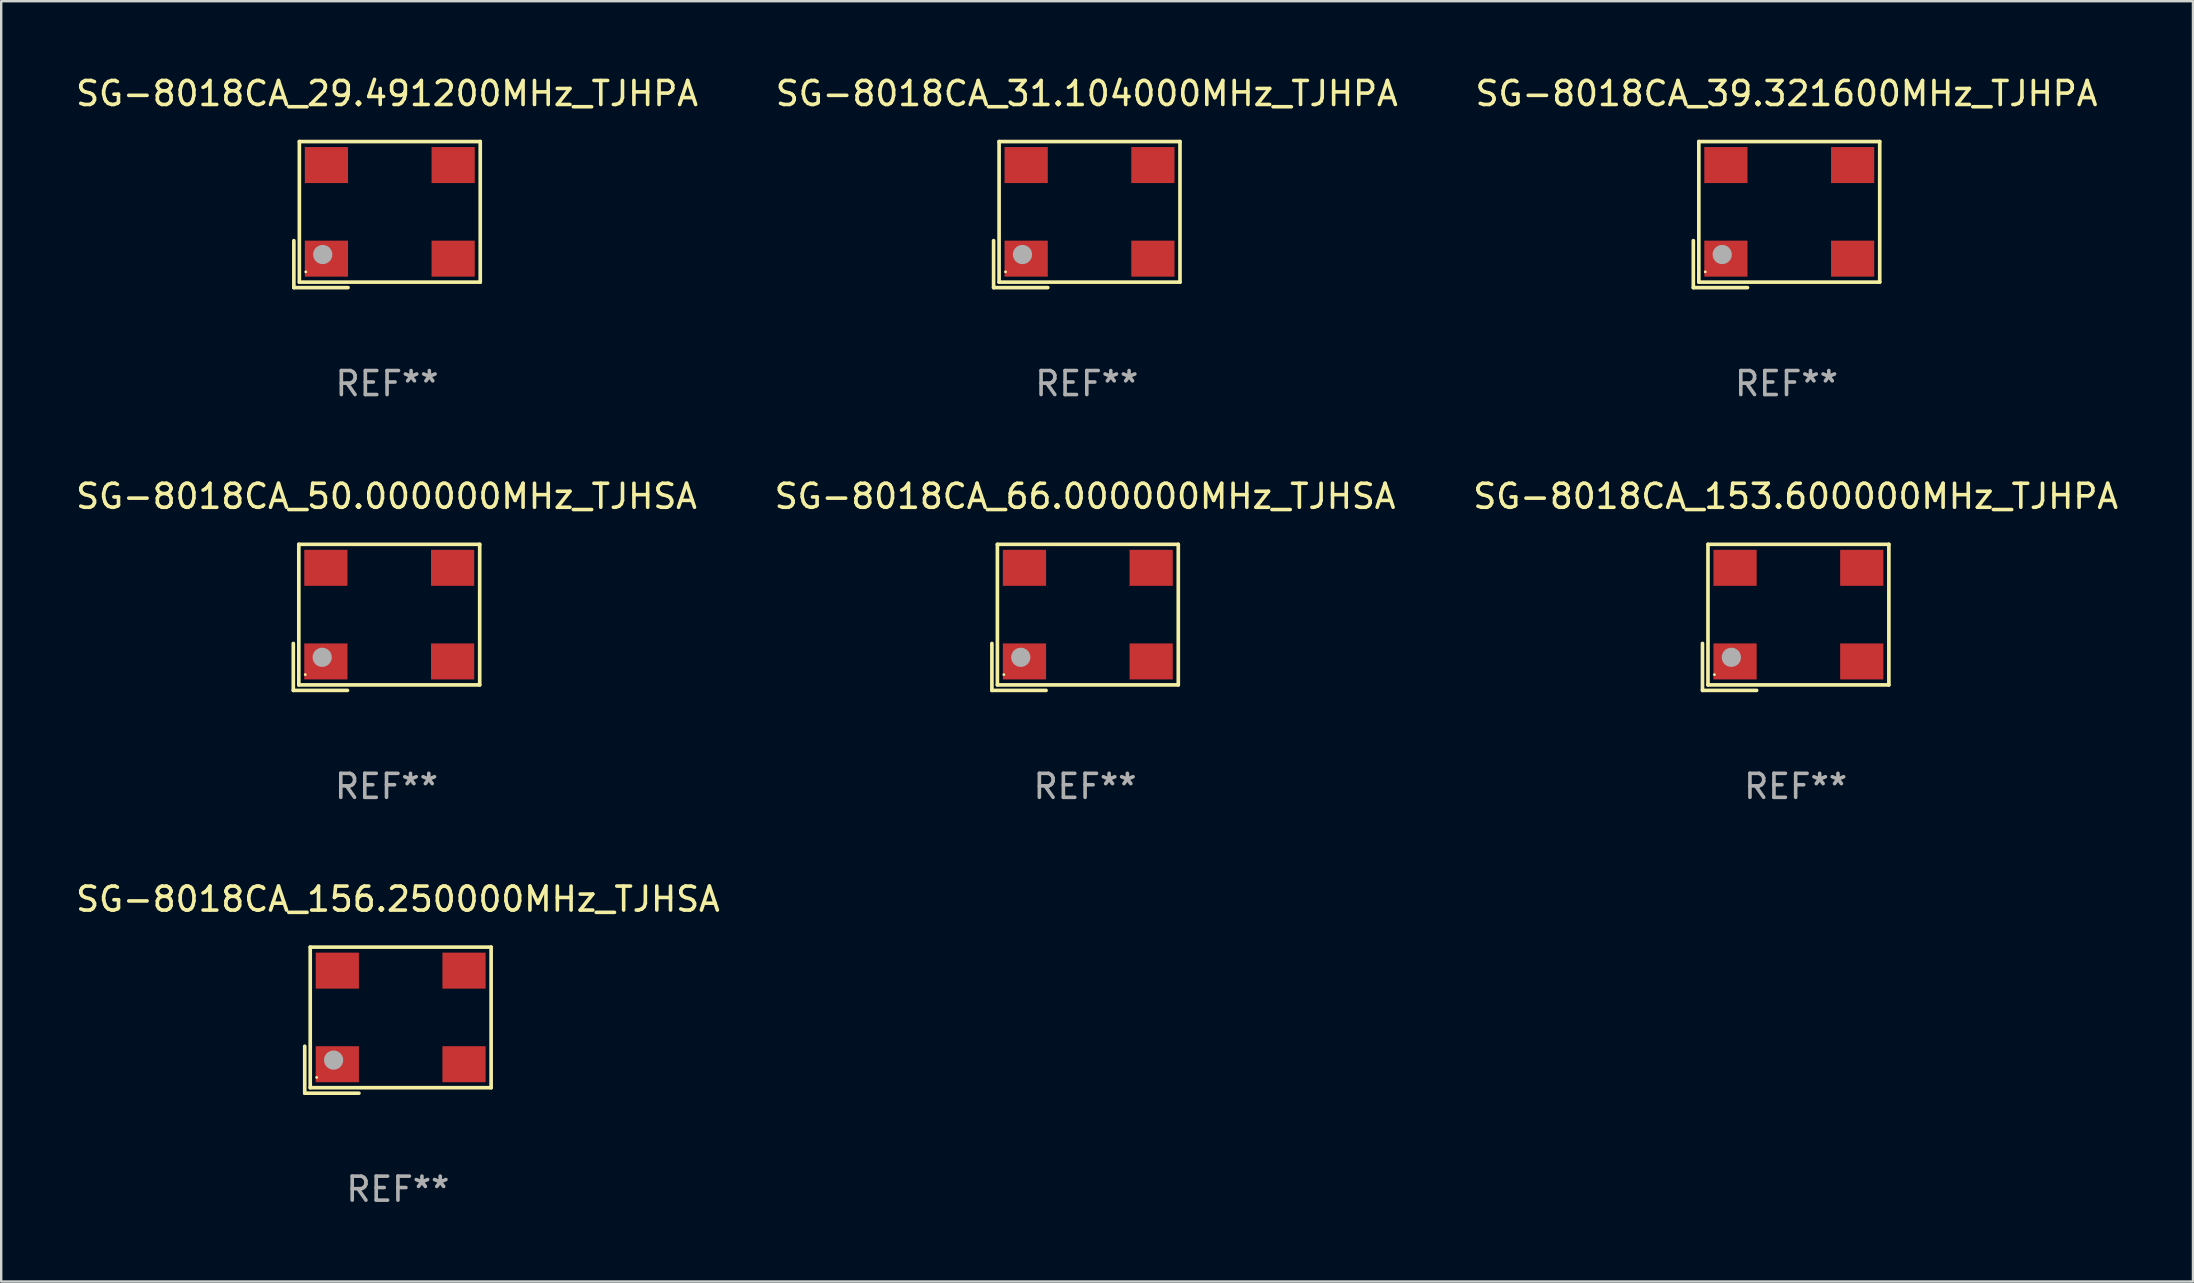
<source format=kicad_pcb>
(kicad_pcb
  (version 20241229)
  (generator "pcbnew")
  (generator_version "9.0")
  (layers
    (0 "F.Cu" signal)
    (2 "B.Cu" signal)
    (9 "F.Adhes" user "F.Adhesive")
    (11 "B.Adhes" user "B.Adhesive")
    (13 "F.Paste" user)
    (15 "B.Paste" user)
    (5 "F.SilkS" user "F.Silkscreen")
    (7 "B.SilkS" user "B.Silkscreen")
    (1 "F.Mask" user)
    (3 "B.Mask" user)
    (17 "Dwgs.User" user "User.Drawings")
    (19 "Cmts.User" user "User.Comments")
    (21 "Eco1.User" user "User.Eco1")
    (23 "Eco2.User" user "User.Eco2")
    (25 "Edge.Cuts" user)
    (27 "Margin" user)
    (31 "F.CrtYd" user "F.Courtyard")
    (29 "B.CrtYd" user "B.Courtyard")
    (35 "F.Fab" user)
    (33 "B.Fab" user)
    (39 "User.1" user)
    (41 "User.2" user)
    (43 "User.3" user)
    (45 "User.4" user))
  (footprint "SG-8018CA_50.000000MHz_TJHSA"
    (layer "F.Cu")
    (at 13.054 22.673)
    (property "Reference" "SG-8018CA_50.000000MHz_TJHSA" (at 0 -5.043 0) (layer "F.SilkS") (effects (font (size 1 1) (thickness 0.15))))
    (attr through_hole)
    (fp_line (start -3.883 1.086) (end -3.883 3.043) (stroke (width 0.152) (type solid)) (layer "F.SilkS"))
    (fp_line (start -3.883 3.043) (end -1.626 3.043) (stroke (width 0.152) (type solid)) (layer "F.SilkS"))
    (fp_line (start -3.654 -3.043) (end 3.883 -3.043) (stroke (width 0.152) (type solid)) (layer "F.SilkS"))
    (fp_line (start -3.654 2.814) (end -3.654 -3.043) (stroke (width 0.152) (type solid)) (layer "F.SilkS"))
    (fp_line (start 3.883 -3.043) (end 3.883 2.814) (stroke (width 0.152) (type solid)) (layer "F.SilkS"))
    (fp_line (start 3.883 2.814) (end -3.654 2.814) (stroke (width 0.152) (type solid)) (layer "F.SilkS"))
    (fp_circle (center -3.386 2.386) (end -3.356 2.386) (stroke (width 0.06) (type solid)) (fill no) (layer "F.SilkS"))
    (fp_circle (center -2.68 1.664) (end -2.48 1.664) (stroke (width 0.4) (type solid)) (fill no) (layer "F.Fab"))
    (fp_text user "REF**" (at 0 7.043 0) (layer "F.Fab") (effects (font (size 1 1) (thickness 0.15))))
    (pad "1" smd rect (at -2.526 1.836) (size 1.8 1.5) (layers "F.Cu" "F.Mask" "F.Paste"))
    (pad "2" smd rect (at 2.754 1.836) (size 1.8 1.5) (layers "F.Cu" "F.Mask" "F.Paste"))
    (pad "3" smd rect (at 2.754 -2.064) (size 1.8 1.5) (layers "F.Cu" "F.Mask" "F.Paste"))
    (pad "4" smd rect (at -2.526 -2.064) (size 1.8 1.5) (layers "F.Cu" "F.Mask" "F.Paste")))
  (footprint "SG-8018CA_153.600000MHz_TJHPA"
    (layer "F.Cu")
    (at 71.768 22.673)
    (property "Reference" "SG-8018CA_153.600000MHz_TJHPA" (at 0 -5.043 0) (layer "F.SilkS") (effects (font (size 1 1) (thickness 0.15))))
    (attr through_hole)
    (fp_line (start -3.883 1.086) (end -3.883 3.043) (stroke (width 0.152) (type solid)) (layer "F.SilkS"))
    (fp_line (start -3.883 3.043) (end -1.626 3.043) (stroke (width 0.152) (type solid)) (layer "F.SilkS"))
    (fp_line (start -3.654 -3.043) (end 3.883 -3.043) (stroke (width 0.152) (type solid)) (layer "F.SilkS"))
    (fp_line (start -3.654 2.814) (end -3.654 -3.043) (stroke (width 0.152) (type solid)) (layer "F.SilkS"))
    (fp_line (start 3.883 -3.043) (end 3.883 2.814) (stroke (width 0.152) (type solid)) (layer "F.SilkS"))
    (fp_line (start 3.883 2.814) (end -3.654 2.814) (stroke (width 0.152) (type solid)) (layer "F.SilkS"))
    (fp_circle (center -3.386 2.386) (end -3.356 2.386) (stroke (width 0.06) (type solid)) (fill no) (layer "F.SilkS"))
    (fp_circle (center -2.68 1.664) (end -2.48 1.664) (stroke (width 0.4) (type solid)) (fill no) (layer "F.Fab"))
    (fp_text user "REF**" (at 0 7.043 0) (layer "F.Fab") (effects (font (size 1 1) (thickness 0.15))))
    (pad "1" smd rect (at -2.526 1.836) (size 1.8 1.5) (layers "F.Cu" "F.Mask" "F.Paste"))
    (pad "2" smd rect (at 2.754 1.836) (size 1.8 1.5) (layers "F.Cu" "F.Mask" "F.Paste"))
    (pad "3" smd rect (at 2.754 -2.064) (size 1.8 1.5) (layers "F.Cu" "F.Mask" "F.Paste"))
    (pad "4" smd rect (at -2.526 -2.064) (size 1.8 1.5) (layers "F.Cu" "F.Mask" "F.Paste")))
  (footprint "SG-8018CA_66.000000MHz_TJHSA"
    (layer "F.Cu")
    (at 42.161 22.673)
    (property "Reference" "SG-8018CA_66.000000MHz_TJHSA" (at 0 -5.043 0) (layer "F.SilkS") (effects (font (size 1 1) (thickness 0.15))))
    (attr through_hole)
    (fp_line (start -3.883 1.086) (end -3.883 3.043) (stroke (width 0.152) (type solid)) (layer "F.SilkS"))
    (fp_line (start -3.883 3.043) (end -1.626 3.043) (stroke (width 0.152) (type solid)) (layer "F.SilkS"))
    (fp_line (start -3.654 -3.043) (end 3.883 -3.043) (stroke (width 0.152) (type solid)) (layer "F.SilkS"))
    (fp_line (start -3.654 2.814) (end -3.654 -3.043) (stroke (width 0.152) (type solid)) (layer "F.SilkS"))
    (fp_line (start 3.883 -3.043) (end 3.883 2.814) (stroke (width 0.152) (type solid)) (layer "F.SilkS"))
    (fp_line (start 3.883 2.814) (end -3.654 2.814) (stroke (width 0.152) (type solid)) (layer "F.SilkS"))
    (fp_circle (center -3.386 2.386) (end -3.356 2.386) (stroke (width 0.06) (type solid)) (fill no) (layer "F.SilkS"))
    (fp_circle (center -2.68 1.664) (end -2.48 1.664) (stroke (width 0.4) (type solid)) (fill no) (layer "F.Fab"))
    (fp_text user "REF**" (at 0 7.043 0) (layer "F.Fab") (effects (font (size 1 1) (thickness 0.15))))
    (pad "1" smd rect (at -2.526 1.836) (size 1.8 1.5) (layers "F.Cu" "F.Mask" "F.Paste"))
    (pad "2" smd rect (at 2.754 1.836) (size 1.8 1.5) (layers "F.Cu" "F.Mask" "F.Paste"))
    (pad "3" smd rect (at 2.754 -2.064) (size 1.8 1.5) (layers "F.Cu" "F.Mask" "F.Paste"))
    (pad "4" smd rect (at -2.526 -2.064) (size 1.8 1.5) (layers "F.Cu" "F.Mask" "F.Paste")))
  (footprint "SG-8018CA_156.250000MHz_TJHSA"
    (layer "F.Cu")
    (at 13.53 39.456)
    (property "Reference" "SG-8018CA_156.250000MHz_TJHSA" (at 0 -5.043 0) (layer "F.SilkS") (effects (font (size 1 1) (thickness 0.15))))
    (attr through_hole)
    (fp_line (start -3.883 1.086) (end -3.883 3.043) (stroke (width 0.152) (type solid)) (layer "F.SilkS"))
    (fp_line (start -3.883 3.043) (end -1.626 3.043) (stroke (width 0.152) (type solid)) (layer "F.SilkS"))
    (fp_line (start -3.654 -3.043) (end 3.883 -3.043) (stroke (width 0.152) (type solid)) (layer "F.SilkS"))
    (fp_line (start -3.654 2.814) (end -3.654 -3.043) (stroke (width 0.152) (type solid)) (layer "F.SilkS"))
    (fp_line (start 3.883 -3.043) (end 3.883 2.814) (stroke (width 0.152) (type solid)) (layer "F.SilkS"))
    (fp_line (start 3.883 2.814) (end -3.654 2.814) (stroke (width 0.152) (type solid)) (layer "F.SilkS"))
    (fp_circle (center -3.386 2.386) (end -3.356 2.386) (stroke (width 0.06) (type solid)) (fill no) (layer "F.SilkS"))
    (fp_circle (center -2.68 1.664) (end -2.48 1.664) (stroke (width 0.4) (type solid)) (fill no) (layer "F.Fab"))
    (fp_text user "REF**" (at 0 7.043 0) (layer "F.Fab") (effects (font (size 1 1) (thickness 0.15))))
    (pad "1" smd rect (at -2.526 1.836) (size 1.8 1.5) (layers "F.Cu" "F.Mask" "F.Paste"))
    (pad "2" smd rect (at 2.754 1.836) (size 1.8 1.5) (layers "F.Cu" "F.Mask" "F.Paste"))
    (pad "3" smd rect (at 2.754 -2.064) (size 1.8 1.5) (layers "F.Cu" "F.Mask" "F.Paste"))
    (pad "4" smd rect (at -2.526 -2.064) (size 1.8 1.5) (layers "F.Cu" "F.Mask" "F.Paste")))
  (footprint "SG-8018CA_39.321600MHz_TJHPA"
    (layer "F.Cu")
    (at 71.387 5.891)
    (property "Reference" "SG-8018CA_39.321600MHz_TJHPA" (at 0 -5.043 0) (layer "F.SilkS") (effects (font (size 1 1) (thickness 0.15))))
    (attr through_hole)
    (fp_line (start -3.883 1.086) (end -3.883 3.043) (stroke (width 0.152) (type solid)) (layer "F.SilkS"))
    (fp_line (start -3.883 3.043) (end -1.626 3.043) (stroke (width 0.152) (type solid)) (layer "F.SilkS"))
    (fp_line (start -3.654 -3.043) (end 3.883 -3.043) (stroke (width 0.152) (type solid)) (layer "F.SilkS"))
    (fp_line (start -3.654 2.814) (end -3.654 -3.043) (stroke (width 0.152) (type solid)) (layer "F.SilkS"))
    (fp_line (start 3.883 -3.043) (end 3.883 2.814) (stroke (width 0.152) (type solid)) (layer "F.SilkS"))
    (fp_line (start 3.883 2.814) (end -3.654 2.814) (stroke (width 0.152) (type solid)) (layer "F.SilkS"))
    (fp_circle (center -3.386 2.386) (end -3.356 2.386) (stroke (width 0.06) (type solid)) (fill no) (layer "F.SilkS"))
    (fp_circle (center -2.68 1.664) (end -2.48 1.664) (stroke (width 0.4) (type solid)) (fill no) (layer "F.Fab"))
    (fp_text user "REF**" (at 0 7.043 0) (layer "F.Fab") (effects (font (size 1 1) (thickness 0.15))))
    (pad "1" smd rect (at -2.526 1.836) (size 1.8 1.5) (layers "F.Cu" "F.Mask" "F.Paste"))
    (pad "2" smd rect (at 2.754 1.836) (size 1.8 1.5) (layers "F.Cu" "F.Mask" "F.Paste"))
    (pad "3" smd rect (at 2.754 -2.064) (size 1.8 1.5) (layers "F.Cu" "F.Mask" "F.Paste"))
    (pad "4" smd rect (at -2.526 -2.064) (size 1.8 1.5) (layers "F.Cu" "F.Mask" "F.Paste")))
  (footprint "SG-8018CA_29.491200MHz_TJHPA"
    (layer "F.Cu")
    (at 13.077 5.891)
    (property "Reference" "SG-8018CA_29.491200MHz_TJHPA" (at 0 -5.043 0) (layer "F.SilkS") (effects (font (size 1 1) (thickness 0.15))))
    (attr through_hole)
    (fp_line (start -3.883 1.086) (end -3.883 3.043) (stroke (width 0.152) (type solid)) (layer "F.SilkS"))
    (fp_line (start -3.883 3.043) (end -1.626 3.043) (stroke (width 0.152) (type solid)) (layer "F.SilkS"))
    (fp_line (start -3.654 -3.043) (end 3.883 -3.043) (stroke (width 0.152) (type solid)) (layer "F.SilkS"))
    (fp_line (start -3.654 2.814) (end -3.654 -3.043) (stroke (width 0.152) (type solid)) (layer "F.SilkS"))
    (fp_line (start 3.883 -3.043) (end 3.883 2.814) (stroke (width 0.152) (type solid)) (layer "F.SilkS"))
    (fp_line (start 3.883 2.814) (end -3.654 2.814) (stroke (width 0.152) (type solid)) (layer "F.SilkS"))
    (fp_circle (center -3.386 2.386) (end -3.356 2.386) (stroke (width 0.06) (type solid)) (fill no) (layer "F.SilkS"))
    (fp_circle (center -2.68 1.664) (end -2.48 1.664) (stroke (width 0.4) (type solid)) (fill no) (layer "F.Fab"))
    (fp_text user "REF**" (at 0 7.043 0) (layer "F.Fab") (effects (font (size 1 1) (thickness 0.15))))
    (pad "1" smd rect (at -2.526 1.836) (size 1.8 1.5) (layers "F.Cu" "F.Mask" "F.Paste"))
    (pad "2" smd rect (at 2.754 1.836) (size 1.8 1.5) (layers "F.Cu" "F.Mask" "F.Paste"))
    (pad "3" smd rect (at 2.754 -2.064) (size 1.8 1.5) (layers "F.Cu" "F.Mask" "F.Paste"))
    (pad "4" smd rect (at -2.526 -2.064) (size 1.8 1.5) (layers "F.Cu" "F.Mask" "F.Paste")))
  (footprint "SG-8018CA_31.104000MHz_TJHPA"
    (layer "F.Cu")
    (at 42.232 5.891)
    (property "Reference" "SG-8018CA_31.104000MHz_TJHPA" (at 0 -5.043 0) (layer "F.SilkS") (effects (font (size 1 1) (thickness 0.15))))
    (attr through_hole)
    (fp_line (start -3.883 1.086) (end -3.883 3.043) (stroke (width 0.152) (type solid)) (layer "F.SilkS"))
    (fp_line (start -3.883 3.043) (end -1.626 3.043) (stroke (width 0.152) (type solid)) (layer "F.SilkS"))
    (fp_line (start -3.654 -3.043) (end 3.883 -3.043) (stroke (width 0.152) (type solid)) (layer "F.SilkS"))
    (fp_line (start -3.654 2.814) (end -3.654 -3.043) (stroke (width 0.152) (type solid)) (layer "F.SilkS"))
    (fp_line (start 3.883 -3.043) (end 3.883 2.814) (stroke (width 0.152) (type solid)) (layer "F.SilkS"))
    (fp_line (start 3.883 2.814) (end -3.654 2.814) (stroke (width 0.152) (type solid)) (layer "F.SilkS"))
    (fp_circle (center -3.386 2.386) (end -3.356 2.386) (stroke (width 0.06) (type solid)) (fill no) (layer "F.SilkS"))
    (fp_circle (center -2.68 1.664) (end -2.48 1.664) (stroke (width 0.4) (type solid)) (fill no) (layer "F.Fab"))
    (fp_text user "REF**" (at 0 7.043 0) (layer "F.Fab") (effects (font (size 1 1) (thickness 0.15))))
    (pad "1" smd rect (at -2.526 1.836) (size 1.8 1.5) (layers "F.Cu" "F.Mask" "F.Paste"))
    (pad "2" smd rect (at 2.754 1.836) (size 1.8 1.5) (layers "F.Cu" "F.Mask" "F.Paste"))
    (pad "3" smd rect (at 2.754 -2.064) (size 1.8 1.5) (layers "F.Cu" "F.Mask" "F.Paste"))
    (pad "4" smd rect (at -2.526 -2.064) (size 1.8 1.5) (layers "F.Cu" "F.Mask" "F.Paste")))
  (gr_rect
    (start -3 -3)
    (end 88.321 50.347)
    (stroke (width 0.1) (type default))
    (fill no)
    (layer "Edge.Cuts")))
</source>
